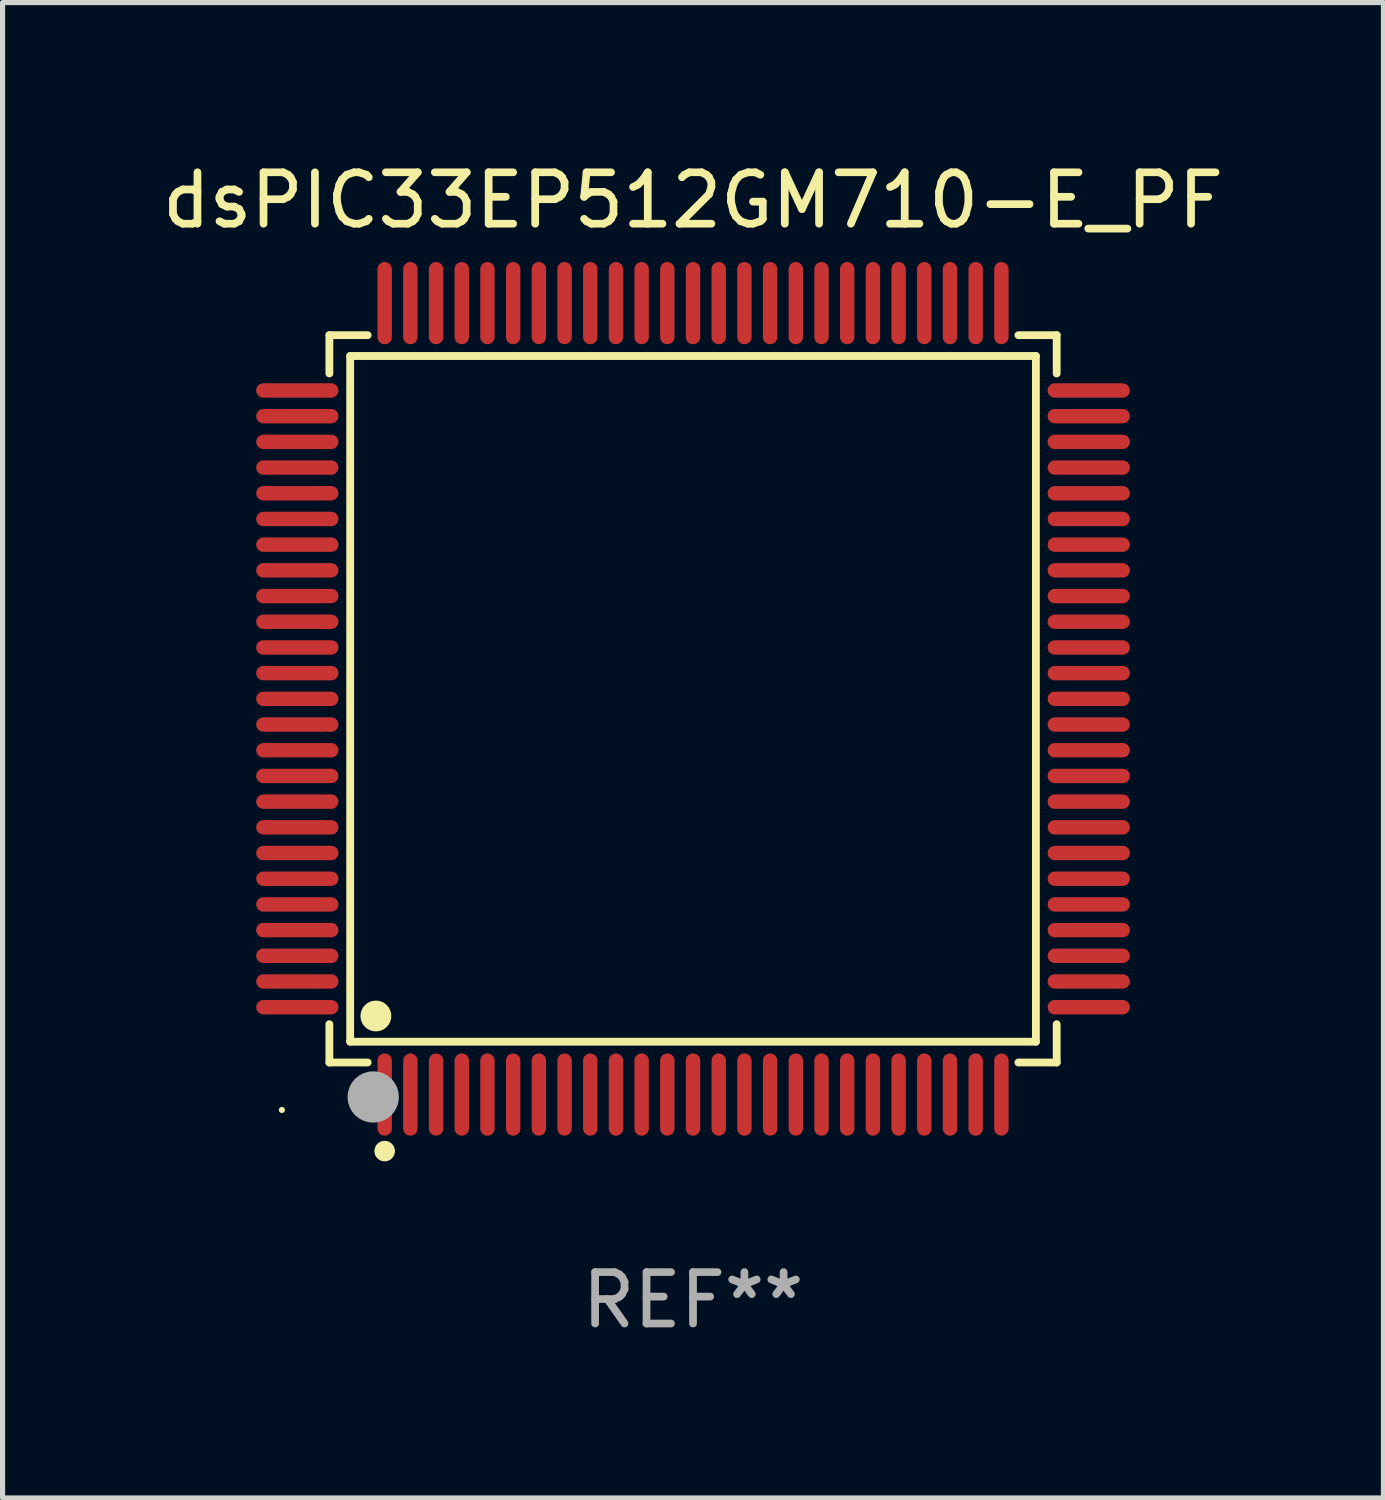
<source format=kicad_pcb>
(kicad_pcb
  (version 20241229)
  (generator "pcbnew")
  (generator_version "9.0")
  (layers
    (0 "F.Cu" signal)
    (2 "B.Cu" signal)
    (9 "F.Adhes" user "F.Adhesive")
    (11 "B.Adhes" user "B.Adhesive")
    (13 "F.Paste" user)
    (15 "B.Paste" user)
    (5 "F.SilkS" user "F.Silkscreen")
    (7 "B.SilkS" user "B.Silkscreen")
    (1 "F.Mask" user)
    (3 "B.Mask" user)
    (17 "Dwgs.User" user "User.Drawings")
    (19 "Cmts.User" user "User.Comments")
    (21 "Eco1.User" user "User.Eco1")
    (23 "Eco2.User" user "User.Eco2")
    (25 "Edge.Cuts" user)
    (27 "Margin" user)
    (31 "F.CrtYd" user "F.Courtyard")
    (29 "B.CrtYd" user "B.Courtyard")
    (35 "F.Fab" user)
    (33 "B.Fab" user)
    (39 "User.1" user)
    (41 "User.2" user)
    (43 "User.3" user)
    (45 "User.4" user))
  (footprint "dsPIC33EP512GM710-E_PF"
    (layer "F.Cu")
    (at 10.435 10.548)
    (property "Reference" "dsPIC33EP512GM710-E_PF" (at 0 -9.7 0) (layer "F.SilkS") (effects (font (size 1 1) (thickness 0.15))))
    (attr through_hole)
    (fp_line (start -7.076 -7.076) (end -6.331 -7.076) (stroke (width 0.152) (type solid)) (layer "F.SilkS"))
    (fp_line (start -7.076 -6.331) (end -7.076 -7.076) (stroke (width 0.152) (type solid)) (layer "F.SilkS"))
    (fp_line (start -7.076 6.331) (end -7.076 7.076) (stroke (width 0.152) (type solid)) (layer "F.SilkS"))
    (fp_line (start -7.076 7.076) (end -6.331 7.076) (stroke (width 0.152) (type solid)) (layer "F.SilkS"))
    (fp_line (start -6.671 -6.671) (end 6.671 -6.671) (stroke (width 0.152) (type solid)) (layer "F.SilkS"))
    (fp_line (start -6.671 6.671) (end -6.671 -6.671) (stroke (width 0.152) (type solid)) (layer "F.SilkS"))
    (fp_line (start 6.671 -6.671) (end 6.671 6.671) (stroke (width 0.152) (type solid)) (layer "F.SilkS"))
    (fp_line (start 6.671 6.671) (end -6.671 6.671) (stroke (width 0.152) (type solid)) (layer "F.SilkS"))
    (fp_line (start 7.076 -7.076) (end 6.331 -7.076) (stroke (width 0.152) (type solid)) (layer "F.SilkS"))
    (fp_line (start 7.076 -6.331) (end 7.076 -7.076) (stroke (width 0.152) (type solid)) (layer "F.SilkS"))
    (fp_line (start 7.076 6.331) (end 7.076 7.076) (stroke (width 0.152) (type solid)) (layer "F.SilkS"))
    (fp_line (start 7.076 7.076) (end 6.331 7.076) (stroke (width 0.152) (type solid)) (layer "F.SilkS"))
    (fp_circle (center -8 8) (end -7.97 8) (stroke (width 0.06) (type solid)) (fill no) (layer "F.SilkS"))
    (fp_circle (center -6.171 6.171) (end -6.021 6.171) (stroke (width 0.3) (type solid)) (fill no) (layer "F.SilkS"))
    (fp_circle (center -6 8.8) (end -5.9 8.8) (stroke (width 0.2) (type solid)) (fill no) (layer "F.SilkS"))
    (fp_circle (center -6.223 7.747) (end -5.973 7.747) (stroke (width 0.5) (type solid)) (fill no) (layer "F.Fab"))
    (fp_text user "REF**" (at 0 11.7 0) (layer "F.Fab") (effects (font (size 1 1) (thickness 0.15))))
    (pad "1" smd oval (at -6 7.7) (size 0.28 1.6) (layers "F.Cu" "F.Mask" "F.Paste"))
    (pad "2" smd oval (at -5.5 7.7) (size 0.28 1.6) (layers "F.Cu" "F.Mask" "F.Paste"))
    (pad "3" smd oval (at -5 7.7) (size 0.28 1.6) (layers "F.Cu" "F.Mask" "F.Paste"))
    (pad "4" smd oval (at -4.5 7.7) (size 0.28 1.6) (layers "F.Cu" "F.Mask" "F.Paste"))
    (pad "5" smd oval (at -4 7.7) (size 0.28 1.6) (layers "F.Cu" "F.Mask" "F.Paste"))
    (pad "6" smd oval (at -3.5 7.7) (size 0.28 1.6) (layers "F.Cu" "F.Mask" "F.Paste"))
    (pad "7" smd oval (at -3 7.7) (size 0.28 1.6) (layers "F.Cu" "F.Mask" "F.Paste"))
    (pad "8" smd oval (at -2.5 7.7) (size 0.28 1.6) (layers "F.Cu" "F.Mask" "F.Paste"))
    (pad "9" smd oval (at -2 7.7) (size 0.28 1.6) (layers "F.Cu" "F.Mask" "F.Paste"))
    (pad "10" smd oval (at -1.5 7.7) (size 0.28 1.6) (layers "F.Cu" "F.Mask" "F.Paste"))
    (pad "11" smd oval (at -1 7.7) (size 0.28 1.6) (layers "F.Cu" "F.Mask" "F.Paste"))
    (pad "12" smd oval (at -0.5 7.7) (size 0.28 1.6) (layers "F.Cu" "F.Mask" "F.Paste"))
    (pad "13" smd oval (at 0 7.7) (size 0.28 1.6) (layers "F.Cu" "F.Mask" "F.Paste"))
    (pad "14" smd oval (at 0.5 7.7) (size 0.28 1.6) (layers "F.Cu" "F.Mask" "F.Paste"))
    (pad "15" smd oval (at 1 7.7) (size 0.28 1.6) (layers "F.Cu" "F.Mask" "F.Paste"))
    (pad "16" smd oval (at 1.5 7.7) (size 0.28 1.6) (layers "F.Cu" "F.Mask" "F.Paste"))
    (pad "17" smd oval (at 2 7.7) (size 0.28 1.6) (layers "F.Cu" "F.Mask" "F.Paste"))
    (pad "18" smd oval (at 2.5 7.7) (size 0.28 1.6) (layers "F.Cu" "F.Mask" "F.Paste"))
    (pad "19" smd oval (at 3 7.7) (size 0.28 1.6) (layers "F.Cu" "F.Mask" "F.Paste"))
    (pad "20" smd oval (at 3.5 7.7) (size 0.28 1.6) (layers "F.Cu" "F.Mask" "F.Paste"))
    (pad "21" smd oval (at 4 7.7) (size 0.28 1.6) (layers "F.Cu" "F.Mask" "F.Paste"))
    (pad "22" smd oval (at 4.5 7.7) (size 0.28 1.6) (layers "F.Cu" "F.Mask" "F.Paste"))
    (pad "23" smd oval (at 5 7.7) (size 0.28 1.6) (layers "F.Cu" "F.Mask" "F.Paste"))
    (pad "24" smd oval (at 5.5 7.7) (size 0.28 1.6) (layers "F.Cu" "F.Mask" "F.Paste"))
    (pad "25" smd oval (at 6 7.7) (size 0.28 1.6) (layers "F.Cu" "F.Mask" "F.Paste"))
    (pad "26" smd oval (at 7.7 6) (size 1.6 0.28) (layers "F.Cu" "F.Mask" "F.Paste"))
    (pad "27" smd oval (at 7.7 5.5) (size 1.6 0.28) (layers "F.Cu" "F.Mask" "F.Paste"))
    (pad "28" smd oval (at 7.7 5) (size 1.6 0.28) (layers "F.Cu" "F.Mask" "F.Paste"))
    (pad "29" smd oval (at 7.7 4.5) (size 1.6 0.28) (layers "F.Cu" "F.Mask" "F.Paste"))
    (pad "30" smd oval (at 7.7 4) (size 1.6 0.28) (layers "F.Cu" "F.Mask" "F.Paste"))
    (pad "31" smd oval (at 7.7 3.5) (size 1.6 0.28) (layers "F.Cu" "F.Mask" "F.Paste"))
    (pad "32" smd oval (at 7.7 3) (size 1.6 0.28) (layers "F.Cu" "F.Mask" "F.Paste"))
    (pad "33" smd oval (at 7.7 2.5) (size 1.6 0.28) (layers "F.Cu" "F.Mask" "F.Paste"))
    (pad "34" smd oval (at 7.7 2) (size 1.6 0.28) (layers "F.Cu" "F.Mask" "F.Paste"))
    (pad "35" smd oval (at 7.7 1.5) (size 1.6 0.28) (layers "F.Cu" "F.Mask" "F.Paste"))
    (pad "36" smd oval (at 7.7 1) (size 1.6 0.28) (layers "F.Cu" "F.Mask" "F.Paste"))
    (pad "37" smd oval (at 7.7 0.5) (size 1.6 0.28) (layers "F.Cu" "F.Mask" "F.Paste"))
    (pad "38" smd oval (at 7.7 0) (size 1.6 0.28) (layers "F.Cu" "F.Mask" "F.Paste"))
    (pad "39" smd oval (at 7.7 -0.5) (size 1.6 0.28) (layers "F.Cu" "F.Mask" "F.Paste"))
    (pad "40" smd oval (at 7.7 -1) (size 1.6 0.28) (layers "F.Cu" "F.Mask" "F.Paste"))
    (pad "41" smd oval (at 7.7 -1.5) (size 1.6 0.28) (layers "F.Cu" "F.Mask" "F.Paste"))
    (pad "42" smd oval (at 7.7 -2) (size 1.6 0.28) (layers "F.Cu" "F.Mask" "F.Paste"))
    (pad "43" smd oval (at 7.7 -2.5) (size 1.6 0.28) (layers "F.Cu" "F.Mask" "F.Paste"))
    (pad "44" smd oval (at 7.7 -3) (size 1.6 0.28) (layers "F.Cu" "F.Mask" "F.Paste"))
    (pad "45" smd oval (at 7.7 -3.5) (size 1.6 0.28) (layers "F.Cu" "F.Mask" "F.Paste"))
    (pad "46" smd oval (at 7.7 -4) (size 1.6 0.28) (layers "F.Cu" "F.Mask" "F.Paste"))
    (pad "47" smd oval (at 7.7 -4.5) (size 1.6 0.28) (layers "F.Cu" "F.Mask" "F.Paste"))
    (pad "48" smd oval (at 7.7 -5) (size 1.6 0.28) (layers "F.Cu" "F.Mask" "F.Paste"))
    (pad "49" smd oval (at 7.7 -5.5) (size 1.6 0.28) (layers "F.Cu" "F.Mask" "F.Paste"))
    (pad "50" smd oval (at 7.7 -6) (size 1.6 0.28) (layers "F.Cu" "F.Mask" "F.Paste"))
    (pad "51" smd oval (at 6 -7.7) (size 0.28 1.6) (layers "F.Cu" "F.Mask" "F.Paste"))
    (pad "52" smd oval (at 5.5 -7.7) (size 0.28 1.6) (layers "F.Cu" "F.Mask" "F.Paste"))
    (pad "53" smd oval (at 5 -7.7) (size 0.28 1.6) (layers "F.Cu" "F.Mask" "F.Paste"))
    (pad "54" smd oval (at 4.5 -7.7) (size 0.28 1.6) (layers "F.Cu" "F.Mask" "F.Paste"))
    (pad "55" smd oval (at 4 -7.7) (size 0.28 1.6) (layers "F.Cu" "F.Mask" "F.Paste"))
    (pad "56" smd oval (at 3.5 -7.7) (size 0.28 1.6) (layers "F.Cu" "F.Mask" "F.Paste"))
    (pad "57" smd oval (at 3 -7.7) (size 0.28 1.6) (layers "F.Cu" "F.Mask" "F.Paste"))
    (pad "58" smd oval (at 2.5 -7.7) (size 0.28 1.6) (layers "F.Cu" "F.Mask" "F.Paste"))
    (pad "59" smd oval (at 2 -7.7) (size 0.28 1.6) (layers "F.Cu" "F.Mask" "F.Paste"))
    (pad "60" smd oval (at 1.5 -7.7) (size 0.28 1.6) (layers "F.Cu" "F.Mask" "F.Paste"))
    (pad "61" smd oval (at 1 -7.7) (size 0.28 1.6) (layers "F.Cu" "F.Mask" "F.Paste"))
    (pad "62" smd oval (at 0.5 -7.7) (size 0.28 1.6) (layers "F.Cu" "F.Mask" "F.Paste"))
    (pad "63" smd oval (at 0 -7.7) (size 0.28 1.6) (layers "F.Cu" "F.Mask" "F.Paste"))
    (pad "64" smd oval (at -0.5 -7.7) (size 0.28 1.6) (layers "F.Cu" "F.Mask" "F.Paste"))
    (pad "65" smd oval (at -1 -7.7) (size 0.28 1.6) (layers "F.Cu" "F.Mask" "F.Paste"))
    (pad "66" smd oval (at -1.5 -7.7) (size 0.28 1.6) (layers "F.Cu" "F.Mask" "F.Paste"))
    (pad "67" smd oval (at -2 -7.7) (size 0.28 1.6) (layers "F.Cu" "F.Mask" "F.Paste"))
    (pad "68" smd oval (at -2.5 -7.7) (size 0.28 1.6) (layers "F.Cu" "F.Mask" "F.Paste"))
    (pad "69" smd oval (at -3 -7.7) (size 0.28 1.6) (layers "F.Cu" "F.Mask" "F.Paste"))
    (pad "70" smd oval (at -3.5 -7.7) (size 0.28 1.6) (layers "F.Cu" "F.Mask" "F.Paste"))
    (pad "71" smd oval (at -4 -7.7) (size 0.28 1.6) (layers "F.Cu" "F.Mask" "F.Paste"))
    (pad "72" smd oval (at -4.5 -7.7) (size 0.28 1.6) (layers "F.Cu" "F.Mask" "F.Paste"))
    (pad "73" smd oval (at -5 -7.7) (size 0.28 1.6) (layers "F.Cu" "F.Mask" "F.Paste"))
    (pad "74" smd oval (at -5.5 -7.7) (size 0.28 1.6) (layers "F.Cu" "F.Mask" "F.Paste"))
    (pad "75" smd oval (at -6 -7.7) (size 0.28 1.6) (layers "F.Cu" "F.Mask" "F.Paste"))
    (pad "76" smd oval (at -7.7 -6) (size 1.6 0.28) (layers "F.Cu" "F.Mask" "F.Paste"))
    (pad "77" smd oval (at -7.7 -5.5) (size 1.6 0.28) (layers "F.Cu" "F.Mask" "F.Paste"))
    (pad "78" smd oval (at -7.7 -5) (size 1.6 0.28) (layers "F.Cu" "F.Mask" "F.Paste"))
    (pad "79" smd oval (at -7.7 -4.5) (size 1.6 0.28) (layers "F.Cu" "F.Mask" "F.Paste"))
    (pad "80" smd oval (at -7.7 -4) (size 1.6 0.28) (layers "F.Cu" "F.Mask" "F.Paste"))
    (pad "81" smd oval (at -7.7 -3.5) (size 1.6 0.28) (layers "F.Cu" "F.Mask" "F.Paste"))
    (pad "82" smd oval (at -7.7 -3) (size 1.6 0.28) (layers "F.Cu" "F.Mask" "F.Paste"))
    (pad "83" smd oval (at -7.7 -2.5) (size 1.6 0.28) (layers "F.Cu" "F.Mask" "F.Paste"))
    (pad "84" smd oval (at -7.7 -2) (size 1.6 0.28) (layers "F.Cu" "F.Mask" "F.Paste"))
    (pad "85" smd oval (at -7.7 -1.5) (size 1.6 0.28) (layers "F.Cu" "F.Mask" "F.Paste"))
    (pad "86" smd oval (at -7.7 -1) (size 1.6 0.28) (layers "F.Cu" "F.Mask" "F.Paste"))
    (pad "87" smd oval (at -7.7 -0.5) (size 1.6 0.28) (layers "F.Cu" "F.Mask" "F.Paste"))
    (pad "88" smd oval (at -7.7 0) (size 1.6 0.28) (layers "F.Cu" "F.Mask" "F.Paste"))
    (pad "89" smd oval (at -7.7 0.5) (size 1.6 0.28) (layers "F.Cu" "F.Mask" "F.Paste"))
    (pad "90" smd oval (at -7.7 1) (size 1.6 0.28) (layers "F.Cu" "F.Mask" "F.Paste"))
    (pad "91" smd oval (at -7.7 1.5) (size 1.6 0.28) (layers "F.Cu" "F.Mask" "F.Paste"))
    (pad "92" smd oval (at -7.7 2) (size 1.6 0.28) (layers "F.Cu" "F.Mask" "F.Paste"))
    (pad "93" smd oval (at -7.7 2.5) (size 1.6 0.28) (layers "F.Cu" "F.Mask" "F.Paste"))
    (pad "94" smd oval (at -7.7 3) (size 1.6 0.28) (layers "F.Cu" "F.Mask" "F.Paste"))
    (pad "95" smd oval (at -7.7 3.5) (size 1.6 0.28) (layers "F.Cu" "F.Mask" "F.Paste"))
    (pad "96" smd oval (at -7.7 4) (size 1.6 0.28) (layers "F.Cu" "F.Mask" "F.Paste"))
    (pad "97" smd oval (at -7.7 4.5) (size 1.6 0.28) (layers "F.Cu" "F.Mask" "F.Paste"))
    (pad "98" smd oval (at -7.7 5) (size 1.6 0.28) (layers "F.Cu" "F.Mask" "F.Paste"))
    (pad "99" smd oval (at -7.7 5.5) (size 1.6 0.28) (layers "F.Cu" "F.Mask" "F.Paste"))
    (pad "100" smd oval (at -7.7 6) (size 1.6 0.28) (layers "F.Cu" "F.Mask" "F.Paste")))
  (gr_rect
    (start -3 -3)
    (end 23.869 26.097)
    (stroke (width 0.1) (type default))
    (fill no)
    (layer "Edge.Cuts")))
</source>
